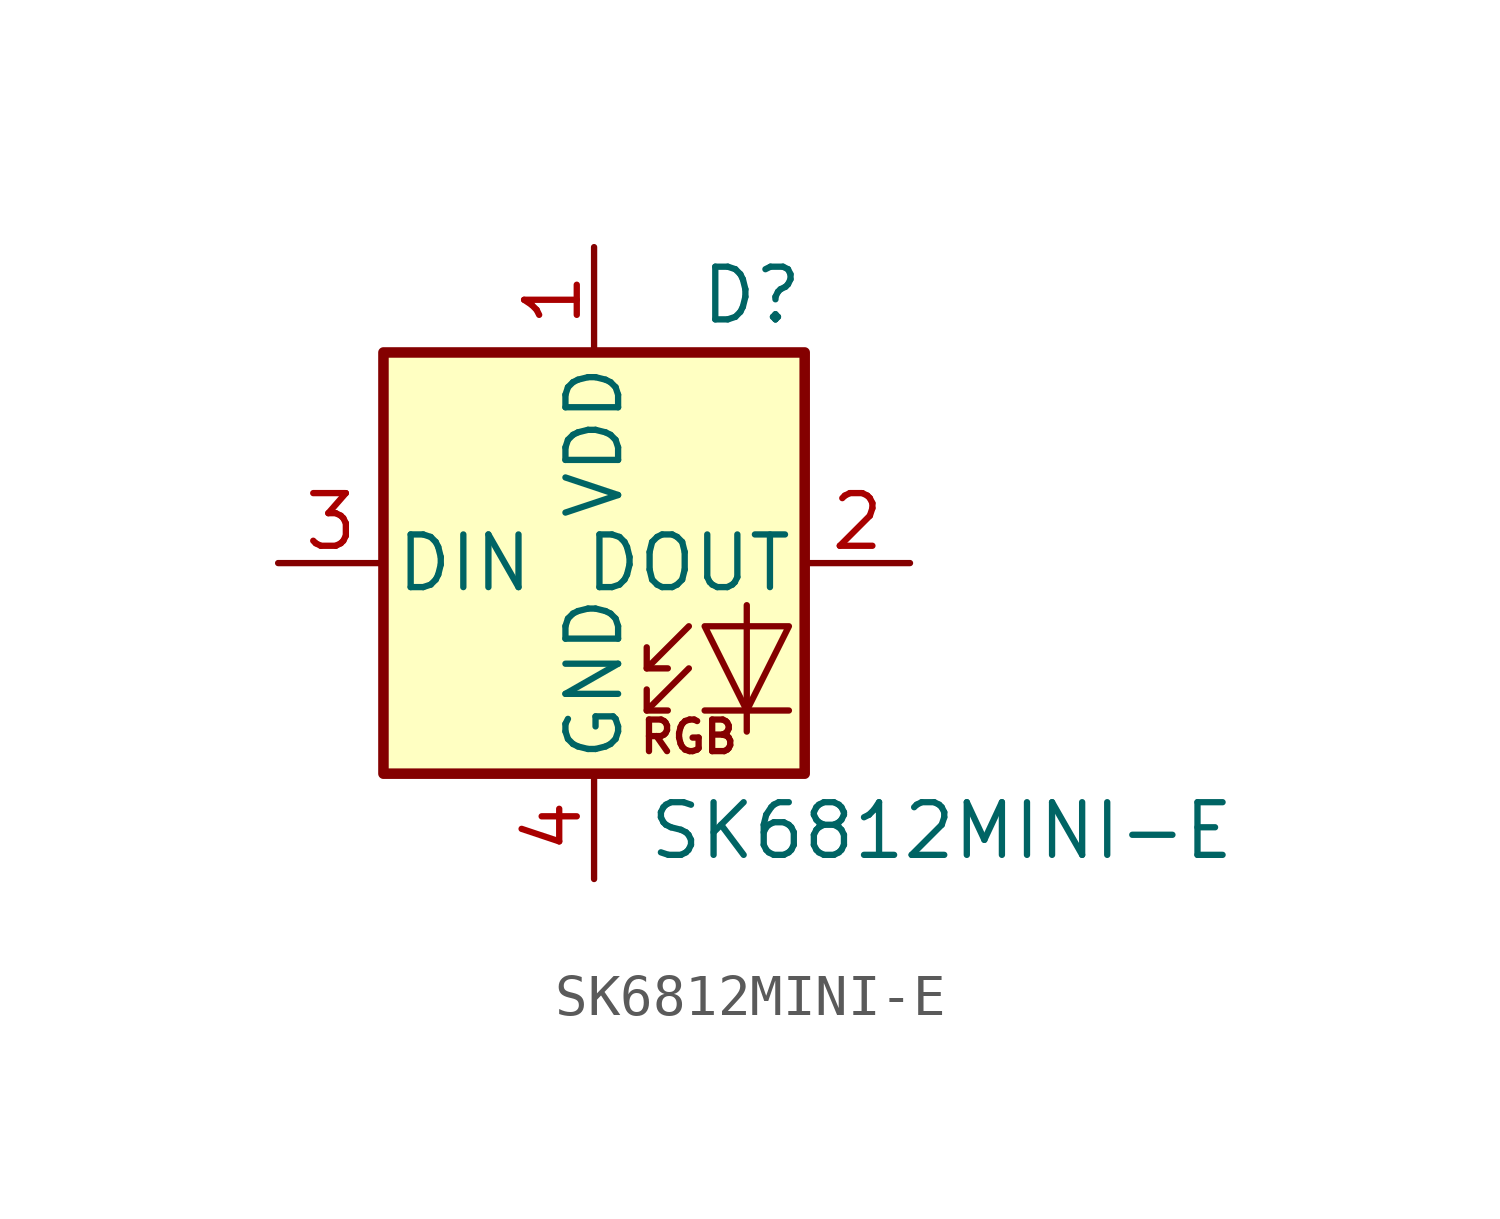
<source format=kicad_sym>
(kicad_symbol_lib
  (version 20241209)
  (generator "kicad_symbol_editor")
  (generator_version "9.0")
  (symbol "SK6812MINI-E"
    (pin_names
      (offset 0.254))
    (property "Reference" "D"
      (at 5.08 5.715 0)
      (effects (font (size 1.27 1.27)) (justify right bottom)))
    (property "Value" "SK6812MINI-E"
      (at 1.27 -5.715 0)
      (effects (font (size 1.27 1.27)) (justify left top)))
    (symbol "SK6812MINI-E_0_0"
      (text "RGB" (at 2.286 -4.191 0) (effects (font (size 0.762 0.762)))))
    (symbol "SK6812MINI-E_0_1"
      (polyline (pts (xy 1.27 -2.54) (xy 1.778 -2.54)) (stroke (width 0) (type default)) (fill (type none)))
      (polyline (pts (xy 1.27 -3.556) (xy 1.778 -3.556)) (stroke (width 0) (type default)) (fill (type none)))
      (polyline (pts (xy 2.286 -1.524) (xy 1.27 -2.54) (xy 1.27 -2.032)) (stroke (width 0) (type default)) (fill (type none)))
      (polyline (pts (xy 2.286 -2.54) (xy 1.27 -3.556) (xy 1.27 -3.048)) (stroke (width 0) (type default)) (fill (type none)))
      (polyline (pts (xy 3.683 -1.016) (xy 3.683 -3.556) (xy 3.683 -4.064)) (stroke (width 0) (type default)) (fill (type none)))
      (polyline (pts (xy 4.699 -1.524) (xy 2.667 -1.524) (xy 3.683 -3.556) (xy 4.699 -1.524)) (stroke (width 0) (type default)) (fill (type none)))
      (polyline (pts (xy 4.699 -3.556) (xy 2.667 -3.556)) (stroke (width 0) (type default)) (fill (type none)))
      (rectangle (start 5.08 5.08) (end -5.08 -5.08) (stroke (width 0.254) (type default)) (fill (type background))))
    (symbol "SK6812MINI-E_1_1"
      (pin input line (at -7.62 0 0) (length 2.54) (name "DIN" (effects (font (size 1.27 1.27)))) (number "3" (effects (font (size 1.27 1.27)))))
      (pin power_in line (at 0 7.62 270) (length 2.54) (name "VDD" (effects (font (size 1.27 1.27)))) (number "1" (effects (font (size 1.27 1.27)))))
      (pin power_in line (at 0 -7.62 90) (length 2.54) (name "GND" (effects (font (size 1.27 1.27)))) (number "4" (effects (font (size 1.27 1.27)))))
      (pin output line (at 7.62 0 180) (length 2.54) (name "DOUT" (effects (font (size 1.27 1.27)))) (number "2" (effects (font (size 1.27 1.27))))))))
</source>
